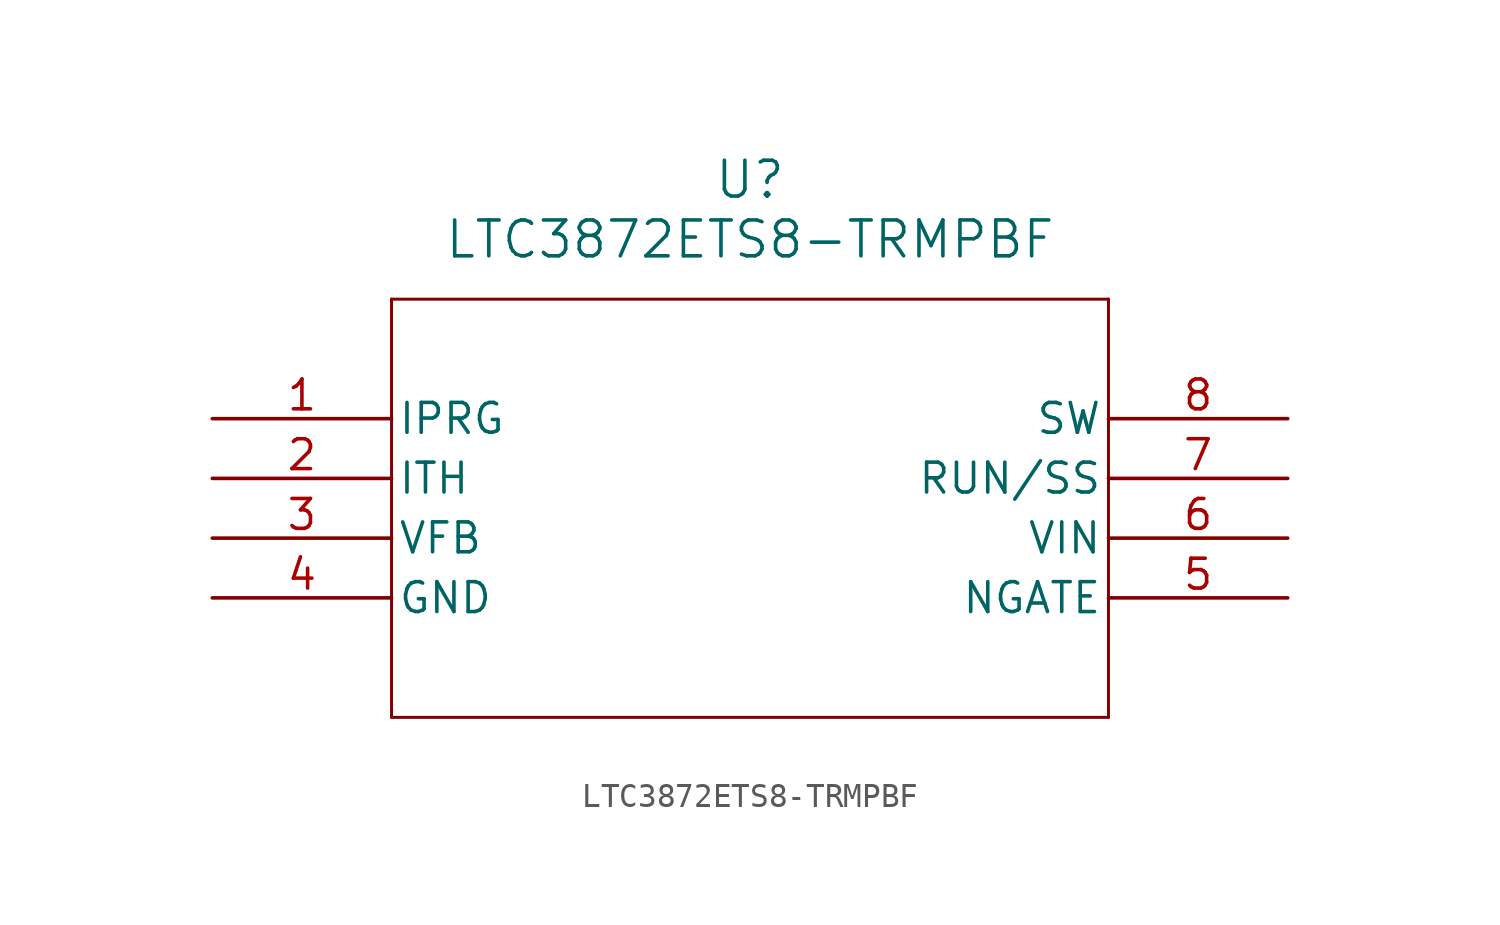
<source format=kicad_sym>
(kicad_symbol_lib
  (version 20211014)
  (generator kicad_symbol_editor)
  (symbol "LTC3872ETS8-TRMPBF"
    (pin_names
      (offset 0.254))
    (property "Reference" "U"
      (at 22.86 10.16 0)
      (effects (font (size 1.524 1.524))))
    (property "Value" "LTC3872ETS8-TRMPBF"
      (at 22.86 7.62 0)
      (effects (font (size 1.524 1.524))))
    (symbol "LTC3872ETS8-TRMPBF_0_1"
      (polyline (pts (xy 7.62 5.08) (xy 7.62 -12.7)) (stroke (width 0.127) (type default) (color 0 0 0 0)) (fill (type none)))
      (polyline (pts (xy 7.62 -12.7) (xy 38.1 -12.7)) (stroke (width 0.127) (type default) (color 0 0 0 0)) (fill (type none)))
      (polyline (pts (xy 38.1 -12.7) (xy 38.1 5.08)) (stroke (width 0.127) (type default) (color 0 0 0 0)) (fill (type none)))
      (polyline (pts (xy 38.1 5.08) (xy 7.62 5.08)) (stroke (width 0.127) (type default) (color 0 0 0 0)) (fill (type none)))
      (pin unspecified line (at 0 0 0) (length 7.62) (name "IPRG" (effects (font (size 1.27 1.27)))) (number "1" (effects (font (size 1.27 1.27)))))
      (pin unspecified line (at 0 -2.54 0) (length 7.62) (name "ITH" (effects (font (size 1.27 1.27)))) (number "2" (effects (font (size 1.27 1.27)))))
      (pin output line (at 0 -5.08 0) (length 7.62) (name "VFB" (effects (font (size 1.27 1.27)))) (number "3" (effects (font (size 1.27 1.27)))))
      (pin power_in line (at 0 -7.62 0) (length 7.62) (name "GND" (effects (font (size 1.27 1.27)))) (number "4" (effects (font (size 1.27 1.27)))))
      (pin unspecified line (at 45.72 -7.62 180) (length 7.62) (name "NGATE" (effects (font (size 1.27 1.27)))) (number "5" (effects (font (size 1.27 1.27)))))
      (pin input line (at 45.72 -5.08 180) (length 7.62) (name "VIN" (effects (font (size 1.27 1.27)))) (number "6" (effects (font (size 1.27 1.27)))))
      (pin unspecified line (at 45.72 -2.54 180) (length 7.62) (name "RUN/SS" (effects (font (size 1.27 1.27)))) (number "7" (effects (font (size 1.27 1.27)))))
      (pin input line (at 45.72 0 180) (length 7.62) (name "SW" (effects (font (size 1.27 1.27)))) (number "8" (effects (font (size 1.27 1.27))))))))
</source>
